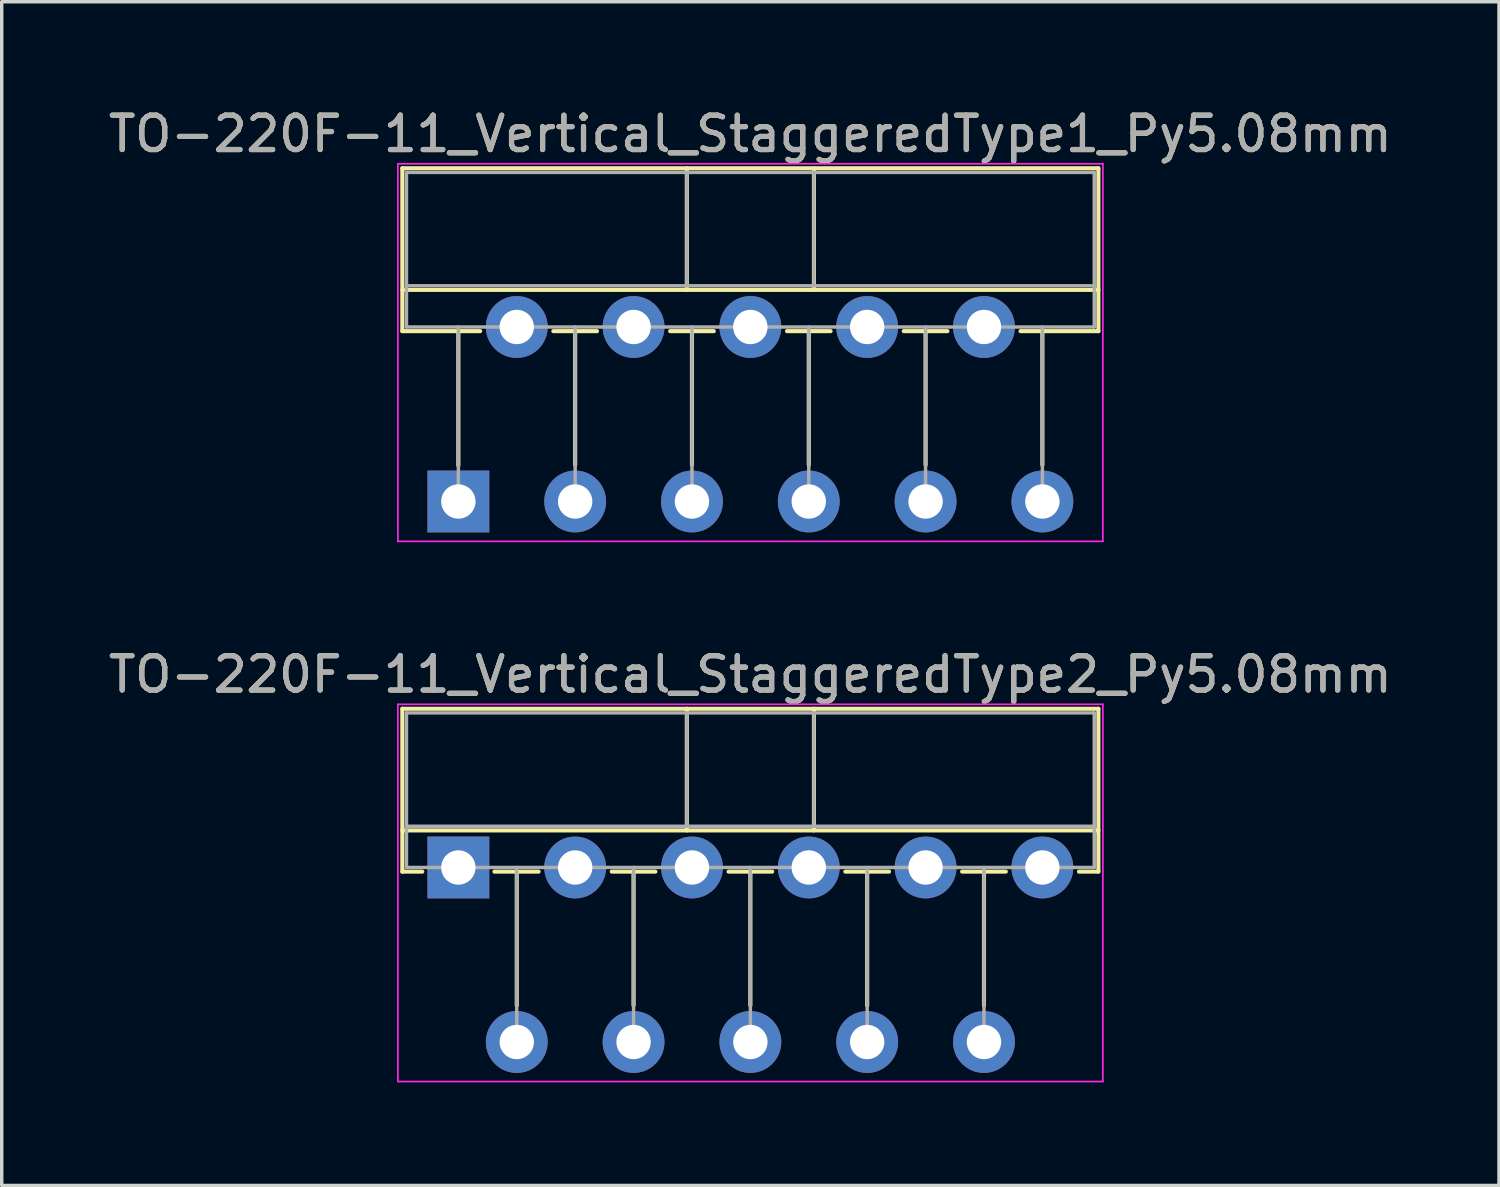
<source format=kicad_pcb>
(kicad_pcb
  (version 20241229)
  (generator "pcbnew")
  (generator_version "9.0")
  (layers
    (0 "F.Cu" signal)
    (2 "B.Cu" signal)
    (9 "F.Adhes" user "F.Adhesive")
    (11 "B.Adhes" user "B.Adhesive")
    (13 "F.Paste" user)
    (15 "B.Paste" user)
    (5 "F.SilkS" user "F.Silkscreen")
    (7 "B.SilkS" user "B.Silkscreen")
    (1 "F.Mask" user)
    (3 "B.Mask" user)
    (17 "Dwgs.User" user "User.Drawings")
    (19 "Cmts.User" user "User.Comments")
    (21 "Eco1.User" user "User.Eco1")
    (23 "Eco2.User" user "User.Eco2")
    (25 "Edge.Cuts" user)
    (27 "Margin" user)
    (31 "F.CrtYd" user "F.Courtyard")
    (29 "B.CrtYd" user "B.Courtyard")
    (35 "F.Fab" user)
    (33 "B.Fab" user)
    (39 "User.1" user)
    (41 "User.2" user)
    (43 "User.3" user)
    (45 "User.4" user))
  (footprint "TO-220F-11_Vertical_StaggeredType2_Py5.08mm"
    (layer "F.Cu")
    (at 10.292 22.201)
    (property "Reference" "TO-220F-11_Vertical_StaggeredType2_Py5.08mm" (at 8.5 -5.62 0) (layer "F.SilkS") (effects (font (size 1 1) (thickness 0.15))))
    (attr through_hole)
    (fp_line (start -1.63 -4.62) (end -1.63 0.121) (stroke (width 0.12) (type solid)) (layer "F.SilkS"))
    (fp_line (start -1.63 -4.62) (end 18.63 -4.62) (stroke (width 0.12) (type solid)) (layer "F.SilkS"))
    (fp_line (start -1.63 -1.08) (end 18.63 -1.08) (stroke (width 0.12) (type solid)) (layer "F.SilkS"))
    (fp_line (start -1.63 0.121) (end -1.05 0.121) (stroke (width 0.12) (type solid)) (layer "F.SilkS"))
    (fp_line (start 1.05 0.121) (end 2.335 0.121) (stroke (width 0.12) (type solid)) (layer "F.SilkS"))
    (fp_line (start 1.7 0.121) (end 1.7 4.015) (stroke (width 0.12) (type solid)) (layer "F.SilkS"))
    (fp_line (start 4.465 0.121) (end 5.735 0.121) (stroke (width 0.12) (type solid)) (layer "F.SilkS"))
    (fp_line (start 5.1 0.121) (end 5.1 4.015) (stroke (width 0.12) (type solid)) (layer "F.SilkS"))
    (fp_line (start 6.65 -4.62) (end 6.65 -1.08) (stroke (width 0.12) (type solid)) (layer "F.SilkS"))
    (fp_line (start 7.865 0.121) (end 9.135 0.121) (stroke (width 0.12) (type solid)) (layer "F.SilkS"))
    (fp_line (start 8.5 0.121) (end 8.5 4.015) (stroke (width 0.12) (type solid)) (layer "F.SilkS"))
    (fp_line (start 10.35 -4.62) (end 10.35 -1.08) (stroke (width 0.12) (type solid)) (layer "F.SilkS"))
    (fp_line (start 11.265 0.121) (end 12.535 0.121) (stroke (width 0.12) (type solid)) (layer "F.SilkS"))
    (fp_line (start 11.9 0.121) (end 11.9 4.015) (stroke (width 0.12) (type solid)) (layer "F.SilkS"))
    (fp_line (start 14.665 0.121) (end 15.935 0.121) (stroke (width 0.12) (type solid)) (layer "F.SilkS"))
    (fp_line (start 15.3 0.121) (end 15.3 4.015) (stroke (width 0.12) (type solid)) (layer "F.SilkS"))
    (fp_line (start 18.065 0.121) (end 18.63 0.121) (stroke (width 0.12) (type solid)) (layer "F.SilkS"))
    (fp_line (start 18.63 -4.62) (end 18.63 0.121) (stroke (width 0.12) (type solid)) (layer "F.SilkS"))
    (fp_line (start -1.76 -4.75) (end -1.76 6.23) (stroke (width 0.05) (type solid)) (layer "F.CrtYd"))
    (fp_line (start -1.76 6.23) (end 18.76 6.23) (stroke (width 0.05) (type solid)) (layer "F.CrtYd"))
    (fp_line (start 18.76 -4.75) (end -1.76 -4.75) (stroke (width 0.05) (type solid)) (layer "F.CrtYd"))
    (fp_line (start 18.76 6.23) (end 18.76 -4.75) (stroke (width 0.05) (type solid)) (layer "F.CrtYd"))
    (fp_line (start -1.51 -4.5) (end -1.51 0) (stroke (width 0.1) (type solid)) (layer "F.Fab"))
    (fp_line (start -1.51 -1.2) (end 18.51 -1.2) (stroke (width 0.1) (type solid)) (layer "F.Fab"))
    (fp_line (start -1.51 0) (end 18.51 0) (stroke (width 0.1) (type solid)) (layer "F.Fab"))
    (fp_line (start 1.7 0) (end 1.7 5.08) (stroke (width 0.1) (type solid)) (layer "F.Fab"))
    (fp_line (start 5.1 0) (end 5.1 5.08) (stroke (width 0.1) (type solid)) (layer "F.Fab"))
    (fp_line (start 6.65 -4.5) (end 6.65 -1.2) (stroke (width 0.1) (type solid)) (layer "F.Fab"))
    (fp_line (start 8.5 0) (end 8.5 5.08) (stroke (width 0.1) (type solid)) (layer "F.Fab"))
    (fp_line (start 10.35 -4.5) (end 10.35 -1.2) (stroke (width 0.1) (type solid)) (layer "F.Fab"))
    (fp_line (start 11.9 0) (end 11.9 5.08) (stroke (width 0.1) (type solid)) (layer "F.Fab"))
    (fp_line (start 15.3 0) (end 15.3 5.08) (stroke (width 0.1) (type solid)) (layer "F.Fab"))
    (fp_line (start 18.51 -4.5) (end -1.51 -4.5) (stroke (width 0.1) (type solid)) (layer "F.Fab"))
    (fp_line (start 18.51 0) (end 18.51 -4.5) (stroke (width 0.1) (type solid)) (layer "F.Fab"))
    (fp_text user "${REFERENCE}" (at 8.5 -5.62 0) (layer "F.Fab") (effects (font (size 1 1) (thickness 0.15))))
    (pad "1" thru_hole rect (at 0 0) (size 1.8 1.8) (drill 1) (layers "*.Cu" "*.Mask"))
    (pad "2" thru_hole oval (at 1.7 5.08) (size 1.8 1.8) (drill 1) (layers "*.Cu" "*.Mask"))
    (pad "3" thru_hole oval (at 3.4 0) (size 1.8 1.8) (drill 1) (layers "*.Cu" "*.Mask"))
    (pad "4" thru_hole oval (at 5.1 5.08) (size 1.8 1.8) (drill 1) (layers "*.Cu" "*.Mask"))
    (pad "5" thru_hole oval (at 6.8 0) (size 1.8 1.8) (drill 1) (layers "*.Cu" "*.Mask"))
    (pad "6" thru_hole oval (at 8.5 5.08) (size 1.8 1.8) (drill 1) (layers "*.Cu" "*.Mask"))
    (pad "7" thru_hole oval (at 10.2 0) (size 1.8 1.8) (drill 1) (layers "*.Cu" "*.Mask"))
    (pad "8" thru_hole oval (at 11.9 5.08) (size 1.8 1.8) (drill 1) (layers "*.Cu" "*.Mask"))
    (pad "9" thru_hole oval (at 13.6 0) (size 1.8 1.8) (drill 1) (layers "*.Cu" "*.Mask"))
    (pad "10" thru_hole oval (at 15.3 5.08) (size 1.8 1.8) (drill 1) (layers "*.Cu" "*.Mask"))
    (pad "11" thru_hole oval (at 17 0) (size 1.8 1.8) (drill 1) (layers "*.Cu" "*.Mask")))
  (footprint "TO-220F-11_Vertical_StaggeredType1_Py5.08mm"
    (layer "F.Cu")
    (at 10.292 11.548)
    (property "Reference" "TO-220F-11_Vertical_StaggeredType1_Py5.08mm" (at 8.5 -10.7 0) (layer "F.SilkS") (effects (font (size 1 1) (thickness 0.15))))
    (attr through_hole)
    (fp_line (start -1.63 -9.7) (end -1.63 -4.959) (stroke (width 0.12) (type solid)) (layer "F.SilkS"))
    (fp_line (start -1.63 -9.7) (end 18.63 -9.7) (stroke (width 0.12) (type solid)) (layer "F.SilkS"))
    (fp_line (start -1.63 -6.16) (end 18.63 -6.16) (stroke (width 0.12) (type solid)) (layer "F.SilkS"))
    (fp_line (start -1.63 -4.959) (end 0.635 -4.959) (stroke (width 0.12) (type solid)) (layer "F.SilkS"))
    (fp_line (start 0 -4.959) (end 0 -1.05) (stroke (width 0.12) (type solid)) (layer "F.SilkS"))
    (fp_line (start 2.765 -4.959) (end 4.035 -4.959) (stroke (width 0.12) (type solid)) (layer "F.SilkS"))
    (fp_line (start 3.4 -4.959) (end 3.4 -1.065) (stroke (width 0.12) (type solid)) (layer "F.SilkS"))
    (fp_line (start 6.165 -4.959) (end 7.435 -4.959) (stroke (width 0.12) (type solid)) (layer "F.SilkS"))
    (fp_line (start 6.65 -9.7) (end 6.65 -6.16) (stroke (width 0.12) (type solid)) (layer "F.SilkS"))
    (fp_line (start 6.8 -4.959) (end 6.8 -1.065) (stroke (width 0.12) (type solid)) (layer "F.SilkS"))
    (fp_line (start 9.566 -4.959) (end 10.835 -4.959) (stroke (width 0.12) (type solid)) (layer "F.SilkS"))
    (fp_line (start 10.2 -4.959) (end 10.2 -1.065) (stroke (width 0.12) (type solid)) (layer "F.SilkS"))
    (fp_line (start 10.35 -9.7) (end 10.35 -6.16) (stroke (width 0.12) (type solid)) (layer "F.SilkS"))
    (fp_line (start 12.965 -4.959) (end 14.235 -4.959) (stroke (width 0.12) (type solid)) (layer "F.SilkS"))
    (fp_line (start 13.6 -4.959) (end 13.6 -1.065) (stroke (width 0.12) (type solid)) (layer "F.SilkS"))
    (fp_line (start 16.365 -4.959) (end 18.63 -4.959) (stroke (width 0.12) (type solid)) (layer "F.SilkS"))
    (fp_line (start 17 -4.959) (end 17 -1.065) (stroke (width 0.12) (type solid)) (layer "F.SilkS"))
    (fp_line (start 18.63 -9.7) (end 18.63 -4.959) (stroke (width 0.12) (type solid)) (layer "F.SilkS"))
    (fp_line (start -1.76 -9.83) (end -1.76 1.16) (stroke (width 0.05) (type solid)) (layer "F.CrtYd"))
    (fp_line (start -1.76 1.16) (end 18.76 1.16) (stroke (width 0.05) (type solid)) (layer "F.CrtYd"))
    (fp_line (start 18.76 -9.83) (end -1.76 -9.83) (stroke (width 0.05) (type solid)) (layer "F.CrtYd"))
    (fp_line (start 18.76 1.16) (end 18.76 -9.83) (stroke (width 0.05) (type solid)) (layer "F.CrtYd"))
    (fp_line (start -1.51 -9.58) (end -1.51 -5.08) (stroke (width 0.1) (type solid)) (layer "F.Fab"))
    (fp_line (start -1.51 -6.28) (end 18.51 -6.28) (stroke (width 0.1) (type solid)) (layer "F.Fab"))
    (fp_line (start -1.51 -5.08) (end 18.51 -5.08) (stroke (width 0.1) (type solid)) (layer "F.Fab"))
    (fp_line (start 0 -5.08) (end 0 0) (stroke (width 0.1) (type solid)) (layer "F.Fab"))
    (fp_line (start 3.4 -5.08) (end 3.4 0) (stroke (width 0.1) (type solid)) (layer "F.Fab"))
    (fp_line (start 6.65 -9.58) (end 6.65 -6.28) (stroke (width 0.1) (type solid)) (layer "F.Fab"))
    (fp_line (start 6.8 -5.08) (end 6.8 0) (stroke (width 0.1) (type solid)) (layer "F.Fab"))
    (fp_line (start 10.2 -5.08) (end 10.2 0) (stroke (width 0.1) (type solid)) (layer "F.Fab"))
    (fp_line (start 10.35 -9.58) (end 10.35 -6.28) (stroke (width 0.1) (type solid)) (layer "F.Fab"))
    (fp_line (start 13.6 -5.08) (end 13.6 0) (stroke (width 0.1) (type solid)) (layer "F.Fab"))
    (fp_line (start 17 -5.08) (end 17 0) (stroke (width 0.1) (type solid)) (layer "F.Fab"))
    (fp_line (start 18.51 -9.58) (end -1.51 -9.58) (stroke (width 0.1) (type solid)) (layer "F.Fab"))
    (fp_line (start 18.51 -5.08) (end 18.51 -9.58) (stroke (width 0.1) (type solid)) (layer "F.Fab"))
    (fp_text user "${REFERENCE}" (at 8.5 -10.7 0) (layer "F.Fab") (effects (font (size 1 1) (thickness 0.15))))
    (pad "1" thru_hole rect (at 0 0) (size 1.8 1.8) (drill 1) (layers "*.Cu" "*.Mask"))
    (pad "2" thru_hole oval (at 1.7 -5.08) (size 1.8 1.8) (drill 1) (layers "*.Cu" "*.Mask"))
    (pad "3" thru_hole oval (at 3.4 0) (size 1.8 1.8) (drill 1) (layers "*.Cu" "*.Mask"))
    (pad "4" thru_hole oval (at 5.1 -5.08) (size 1.8 1.8) (drill 1) (layers "*.Cu" "*.Mask"))
    (pad "5" thru_hole oval (at 6.8 0) (size 1.8 1.8) (drill 1) (layers "*.Cu" "*.Mask"))
    (pad "6" thru_hole oval (at 8.5 -5.08) (size 1.8 1.8) (drill 1) (layers "*.Cu" "*.Mask"))
    (pad "7" thru_hole oval (at 10.2 0) (size 1.8 1.8) (drill 1) (layers "*.Cu" "*.Mask"))
    (pad "8" thru_hole oval (at 11.9 -5.08) (size 1.8 1.8) (drill 1) (layers "*.Cu" "*.Mask"))
    (pad "9" thru_hole oval (at 13.6 0) (size 1.8 1.8) (drill 1) (layers "*.Cu" "*.Mask"))
    (pad "10" thru_hole oval (at 15.3 -5.08) (size 1.8 1.8) (drill 1) (layers "*.Cu" "*.Mask"))
    (pad "11" thru_hole oval (at 17 0) (size 1.8 1.8) (drill 1) (layers "*.Cu" "*.Mask")))
  (gr_rect
    (start -3 -3)
    (end 40.583 31.456)
    (stroke (width 0.1) (type default))
    (fill no)
    (layer "Edge.Cuts")))
</source>
